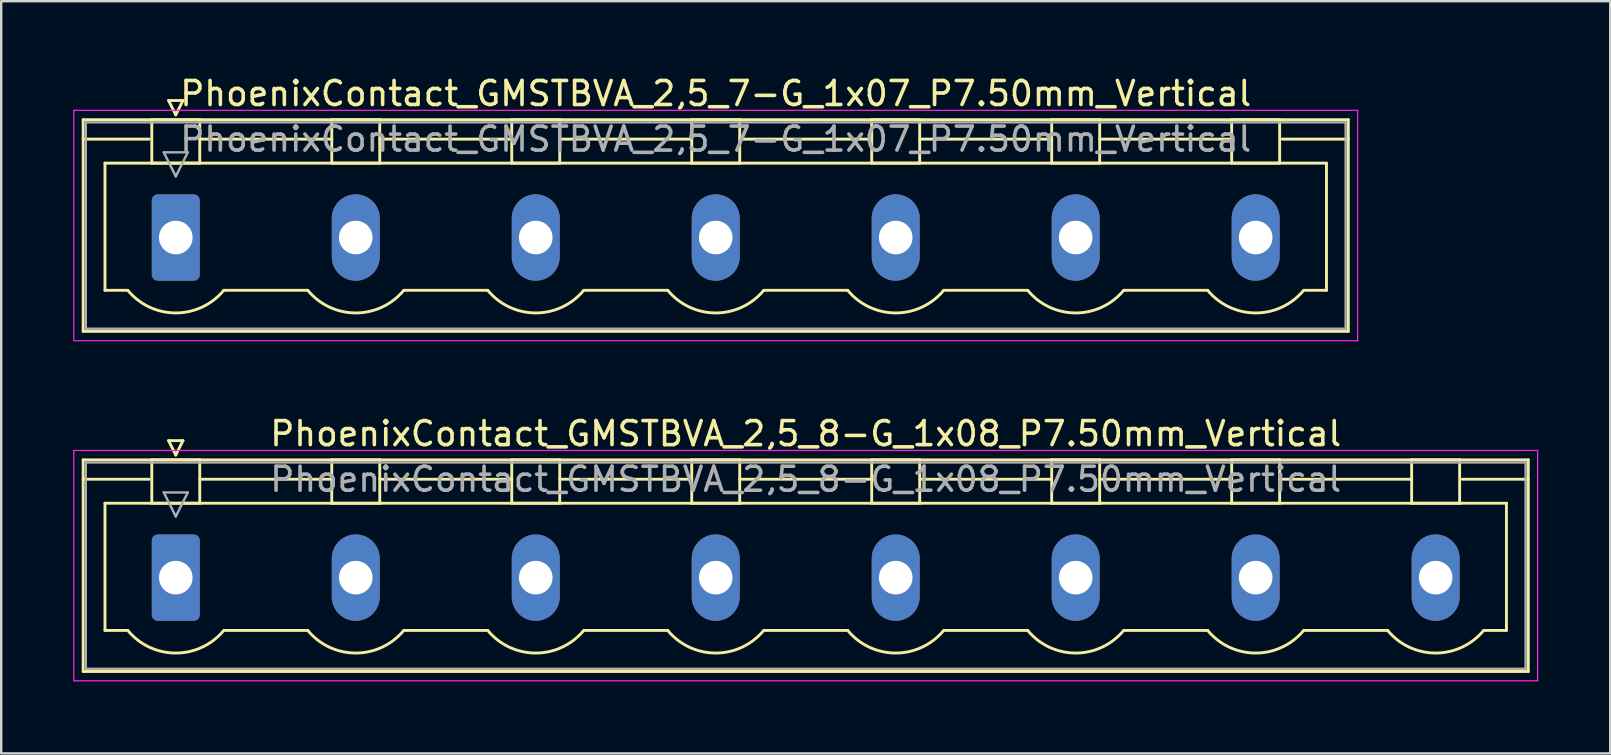
<source format=kicad_pcb>
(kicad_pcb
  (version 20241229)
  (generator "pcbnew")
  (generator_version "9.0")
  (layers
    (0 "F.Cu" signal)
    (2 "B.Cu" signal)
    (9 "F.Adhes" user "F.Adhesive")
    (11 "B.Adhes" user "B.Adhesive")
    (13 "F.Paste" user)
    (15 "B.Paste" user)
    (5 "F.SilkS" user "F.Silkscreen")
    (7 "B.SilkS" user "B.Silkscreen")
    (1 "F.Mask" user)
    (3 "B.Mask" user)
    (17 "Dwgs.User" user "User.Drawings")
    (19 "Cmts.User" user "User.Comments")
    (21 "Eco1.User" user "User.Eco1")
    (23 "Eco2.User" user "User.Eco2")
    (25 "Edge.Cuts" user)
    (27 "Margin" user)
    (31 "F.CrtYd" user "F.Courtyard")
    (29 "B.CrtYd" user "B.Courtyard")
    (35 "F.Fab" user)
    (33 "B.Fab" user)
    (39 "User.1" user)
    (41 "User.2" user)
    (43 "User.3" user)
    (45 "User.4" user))
  (footprint "PhoenixContact_GMSTBVA_2,5_7-G_1x07_P7.50mm_Vertical"
    (layer "F.Cu")
    (at 4.275 6.848)
    (property "Reference" "PhoenixContact_GMSTBVA_2,5_7-G_1x07_P7.50mm_Vertical" (at 22.5 -6 0) (layer "F.SilkS") (effects (font (size 1 1) (thickness 0.15))))
    (attr through_hole)
    (fp_line (start -3.86 -4.91) (end -3.86 3.91) (stroke (width 0.12) (type solid)) (layer "F.SilkS"))
    (fp_line (start -3.86 -4.1) (end -1.11 -4.1) (stroke (width 0.12) (type solid)) (layer "F.SilkS"))
    (fp_line (start -3.86 3.91) (end 48.86 3.91) (stroke (width 0.12) (type solid)) (layer "F.SilkS"))
    (fp_line (start -2.95 -3.1) (end 47.95 -3.1) (stroke (width 0.12) (type solid)) (layer "F.SilkS"))
    (fp_line (start -2.95 2.2) (end -2.95 -3.1) (stroke (width 0.12) (type solid)) (layer "F.SilkS"))
    (fp_line (start -2 2.2) (end -2.95 2.2) (stroke (width 0.12) (type solid)) (layer "F.SilkS"))
    (fp_line (start -1 -4.91) (end 1 -4.91) (stroke (width 0.12) (type solid)) (layer "F.SilkS"))
    (fp_line (start -1 -3.1) (end -1 -4.91) (stroke (width 0.12) (type solid)) (layer "F.SilkS"))
    (fp_line (start -0.3 -5.71) (end 0.3 -5.71) (stroke (width 0.12) (type solid)) (layer "F.SilkS"))
    (fp_line (start 0 -5.11) (end -0.3 -5.71) (stroke (width 0.12) (type solid)) (layer "F.SilkS"))
    (fp_line (start 0.3 -5.71) (end 0 -5.11) (stroke (width 0.12) (type solid)) (layer "F.SilkS"))
    (fp_line (start 1 -4.91) (end 1 -3.1) (stroke (width 0.12) (type solid)) (layer "F.SilkS"))
    (fp_line (start 1 -4.1) (end 6.5 -4.1) (stroke (width 0.12) (type solid)) (layer "F.SilkS"))
    (fp_line (start 1 -3.1) (end -1 -3.1) (stroke (width 0.12) (type solid)) (layer "F.SilkS"))
    (fp_line (start 2 2.2) (end 5.5 2.2) (stroke (width 0.12) (type solid)) (layer "F.SilkS"))
    (fp_line (start 6.5 -4.91) (end 8.5 -4.91) (stroke (width 0.12) (type solid)) (layer "F.SilkS"))
    (fp_line (start 6.5 -3.1) (end 6.5 -4.91) (stroke (width 0.12) (type solid)) (layer "F.SilkS"))
    (fp_line (start 8.5 -4.91) (end 8.5 -3.1) (stroke (width 0.12) (type solid)) (layer "F.SilkS"))
    (fp_line (start 8.5 -4.1) (end 14 -4.1) (stroke (width 0.12) (type solid)) (layer "F.SilkS"))
    (fp_line (start 8.5 -3.1) (end 6.5 -3.1) (stroke (width 0.12) (type solid)) (layer "F.SilkS"))
    (fp_line (start 9.5 2.2) (end 13 2.2) (stroke (width 0.12) (type solid)) (layer "F.SilkS"))
    (fp_line (start 14 -4.91) (end 16 -4.91) (stroke (width 0.12) (type solid)) (layer "F.SilkS"))
    (fp_line (start 14 -3.1) (end 14 -4.91) (stroke (width 0.12) (type solid)) (layer "F.SilkS"))
    (fp_line (start 16 -4.91) (end 16 -3.1) (stroke (width 0.12) (type solid)) (layer "F.SilkS"))
    (fp_line (start 16 -4.1) (end 21.5 -4.1) (stroke (width 0.12) (type solid)) (layer "F.SilkS"))
    (fp_line (start 16 -3.1) (end 14 -3.1) (stroke (width 0.12) (type solid)) (layer "F.SilkS"))
    (fp_line (start 17 2.2) (end 20.5 2.2) (stroke (width 0.12) (type solid)) (layer "F.SilkS"))
    (fp_line (start 21.5 -4.91) (end 23.5 -4.91) (stroke (width 0.12) (type solid)) (layer "F.SilkS"))
    (fp_line (start 21.5 -3.1) (end 21.5 -4.91) (stroke (width 0.12) (type solid)) (layer "F.SilkS"))
    (fp_line (start 23.5 -4.91) (end 23.5 -3.1) (stroke (width 0.12) (type solid)) (layer "F.SilkS"))
    (fp_line (start 23.5 -4.1) (end 29 -4.1) (stroke (width 0.12) (type solid)) (layer "F.SilkS"))
    (fp_line (start 23.5 -3.1) (end 21.5 -3.1) (stroke (width 0.12) (type solid)) (layer "F.SilkS"))
    (fp_line (start 24.5 2.2) (end 28 2.2) (stroke (width 0.12) (type solid)) (layer "F.SilkS"))
    (fp_line (start 29 -4.91) (end 31 -4.91) (stroke (width 0.12) (type solid)) (layer "F.SilkS"))
    (fp_line (start 29 -3.1) (end 29 -4.91) (stroke (width 0.12) (type solid)) (layer "F.SilkS"))
    (fp_line (start 31 -4.91) (end 31 -3.1) (stroke (width 0.12) (type solid)) (layer "F.SilkS"))
    (fp_line (start 31 -4.1) (end 36.5 -4.1) (stroke (width 0.12) (type solid)) (layer "F.SilkS"))
    (fp_line (start 31 -3.1) (end 29 -3.1) (stroke (width 0.12) (type solid)) (layer "F.SilkS"))
    (fp_line (start 32 2.2) (end 35.5 2.2) (stroke (width 0.12) (type solid)) (layer "F.SilkS"))
    (fp_line (start 36.5 -4.91) (end 38.5 -4.91) (stroke (width 0.12) (type solid)) (layer "F.SilkS"))
    (fp_line (start 36.5 -3.1) (end 36.5 -4.91) (stroke (width 0.12) (type solid)) (layer "F.SilkS"))
    (fp_line (start 38.5 -4.91) (end 38.5 -3.1) (stroke (width 0.12) (type solid)) (layer "F.SilkS"))
    (fp_line (start 38.5 -4.1) (end 44 -4.1) (stroke (width 0.12) (type solid)) (layer "F.SilkS"))
    (fp_line (start 38.5 -3.1) (end 36.5 -3.1) (stroke (width 0.12) (type solid)) (layer "F.SilkS"))
    (fp_line (start 39.5 2.2) (end 43 2.2) (stroke (width 0.12) (type solid)) (layer "F.SilkS"))
    (fp_line (start 44 -4.91) (end 46 -4.91) (stroke (width 0.12) (type solid)) (layer "F.SilkS"))
    (fp_line (start 44 -3.1) (end 44 -4.91) (stroke (width 0.12) (type solid)) (layer "F.SilkS"))
    (fp_line (start 46 -4.91) (end 46 -3.1) (stroke (width 0.12) (type solid)) (layer "F.SilkS"))
    (fp_line (start 46 -3.1) (end 44 -3.1) (stroke (width 0.12) (type solid)) (layer "F.SilkS"))
    (fp_line (start 47.95 -3.1) (end 47.95 2.2) (stroke (width 0.12) (type solid)) (layer "F.SilkS"))
    (fp_line (start 47.95 2.2) (end 47 2.2) (stroke (width 0.12) (type solid)) (layer "F.SilkS"))
    (fp_line (start 48.86 -4.91) (end -3.86 -4.91) (stroke (width 0.12) (type solid)) (layer "F.SilkS"))
    (fp_line (start 48.86 -4.1) (end 46.11 -4.1) (stroke (width 0.12) (type solid)) (layer "F.SilkS"))
    (fp_line (start 48.86 3.91) (end 48.86 -4.91) (stroke (width 0.12) (type solid)) (layer "F.SilkS"))
    (fp_arc (start 1.986842 2.215821) (mid -0.010289 3.142758) (end -2 2.2) (stroke (width 0.12) (type solid)) (layer "F.SilkS"))
    (fp_arc (start 9.486842 2.215821) (mid 7.489711 3.142758) (end 5.5 2.2) (stroke (width 0.12) (type solid)) (layer "F.SilkS"))
    (fp_arc (start 16.986842 2.215821) (mid 14.989711 3.142758) (end 13 2.2) (stroke (width 0.12) (type solid)) (layer "F.SilkS"))
    (fp_arc (start 24.486842 2.215821) (mid 22.489711 3.142758) (end 20.5 2.2) (stroke (width 0.12) (type solid)) (layer "F.SilkS"))
    (fp_arc (start 31.986842 2.215821) (mid 29.989711 3.142758) (end 28 2.2) (stroke (width 0.12) (type solid)) (layer "F.SilkS"))
    (fp_arc (start 39.486842 2.215821) (mid 37.489711 3.142758) (end 35.5 2.2) (stroke (width 0.12) (type solid)) (layer "F.SilkS"))
    (fp_arc (start 46.986842 2.215821) (mid 44.989711 3.142758) (end 43 2.2) (stroke (width 0.12) (type solid)) (layer "F.SilkS"))
    (fp_line (start -4.25 -5.3) (end -4.25 4.3) (stroke (width 0.05) (type solid)) (layer "F.CrtYd"))
    (fp_line (start -4.25 4.3) (end 49.25 4.3) (stroke (width 0.05) (type solid)) (layer "F.CrtYd"))
    (fp_line (start 49.25 -5.3) (end -4.25 -5.3) (stroke (width 0.05) (type solid)) (layer "F.CrtYd"))
    (fp_line (start 49.25 4.3) (end 49.25 -5.3) (stroke (width 0.05) (type solid)) (layer "F.CrtYd"))
    (fp_line (start -3.75 -4.8) (end -3.75 3.8) (stroke (width 0.1) (type solid)) (layer "F.Fab"))
    (fp_line (start -3.75 3.8) (end 48.75 3.8) (stroke (width 0.1) (type solid)) (layer "F.Fab"))
    (fp_line (start -0.5 -3.55) (end 0.5 -3.55) (stroke (width 0.1) (type solid)) (layer "F.Fab"))
    (fp_line (start 0 -2.55) (end -0.5 -3.55) (stroke (width 0.1) (type solid)) (layer "F.Fab"))
    (fp_line (start 0.5 -3.55) (end 0 -2.55) (stroke (width 0.1) (type solid)) (layer "F.Fab"))
    (fp_line (start 48.75 -4.8) (end -3.75 -4.8) (stroke (width 0.1) (type solid)) (layer "F.Fab"))
    (fp_line (start 48.75 3.8) (end 48.75 -4.8) (stroke (width 0.1) (type solid)) (layer "F.Fab"))
    (fp_text user "${REFERENCE}" (at 22.5 -4.1 0) (layer "F.Fab") (effects (font (size 1 1) (thickness 0.15))))
    (pad "1" thru_hole roundrect (at 0 0) (size 2 3.6) (drill 1.4) (layers "*.Cu" "*.Mask") (roundrect_rratio 0.125))
    (pad "2" thru_hole oval (at 7.5 0) (size 2 3.6) (drill 1.4) (layers "*.Cu" "*.Mask"))
    (pad "3" thru_hole oval (at 15 0) (size 2 3.6) (drill 1.4) (layers "*.Cu" "*.Mask"))
    (pad "4" thru_hole oval (at 22.5 0) (size 2 3.6) (drill 1.4) (layers "*.Cu" "*.Mask"))
    (pad "5" thru_hole oval (at 30 0) (size 2 3.6) (drill 1.4) (layers "*.Cu" "*.Mask"))
    (pad "6" thru_hole oval (at 37.5 0) (size 2 3.6) (drill 1.4) (layers "*.Cu" "*.Mask"))
    (pad "7" thru_hole oval (at 45 0) (size 2 3.6) (drill 1.4) (layers "*.Cu" "*.Mask")))
  (footprint "PhoenixContact_GMSTBVA_2,5_8-G_1x08_P7.50mm_Vertical"
    (layer "F.Cu")
    (at 4.275 21.021)
    (property "Reference" "PhoenixContact_GMSTBVA_2,5_8-G_1x08_P7.50mm_Vertical" (at 26.25 -6 0) (layer "F.SilkS") (effects (font (size 1 1) (thickness 0.15))))
    (attr through_hole)
    (fp_line (start -3.86 -4.91) (end -3.86 3.91) (stroke (width 0.12) (type solid)) (layer "F.SilkS"))
    (fp_line (start -3.86 -4.1) (end -1.11 -4.1) (stroke (width 0.12) (type solid)) (layer "F.SilkS"))
    (fp_line (start -3.86 3.91) (end 56.36 3.91) (stroke (width 0.12) (type solid)) (layer "F.SilkS"))
    (fp_line (start -2.95 -3.1) (end 55.45 -3.1) (stroke (width 0.12) (type solid)) (layer "F.SilkS"))
    (fp_line (start -2.95 2.2) (end -2.95 -3.1) (stroke (width 0.12) (type solid)) (layer "F.SilkS"))
    (fp_line (start -2 2.2) (end -2.95 2.2) (stroke (width 0.12) (type solid)) (layer "F.SilkS"))
    (fp_line (start -1 -4.91) (end 1 -4.91) (stroke (width 0.12) (type solid)) (layer "F.SilkS"))
    (fp_line (start -1 -3.1) (end -1 -4.91) (stroke (width 0.12) (type solid)) (layer "F.SilkS"))
    (fp_line (start -0.3 -5.71) (end 0.3 -5.71) (stroke (width 0.12) (type solid)) (layer "F.SilkS"))
    (fp_line (start 0 -5.11) (end -0.3 -5.71) (stroke (width 0.12) (type solid)) (layer "F.SilkS"))
    (fp_line (start 0.3 -5.71) (end 0 -5.11) (stroke (width 0.12) (type solid)) (layer "F.SilkS"))
    (fp_line (start 1 -4.91) (end 1 -3.1) (stroke (width 0.12) (type solid)) (layer "F.SilkS"))
    (fp_line (start 1 -4.1) (end 6.5 -4.1) (stroke (width 0.12) (type solid)) (layer "F.SilkS"))
    (fp_line (start 1 -3.1) (end -1 -3.1) (stroke (width 0.12) (type solid)) (layer "F.SilkS"))
    (fp_line (start 2 2.2) (end 5.5 2.2) (stroke (width 0.12) (type solid)) (layer "F.SilkS"))
    (fp_line (start 6.5 -4.91) (end 8.5 -4.91) (stroke (width 0.12) (type solid)) (layer "F.SilkS"))
    (fp_line (start 6.5 -3.1) (end 6.5 -4.91) (stroke (width 0.12) (type solid)) (layer "F.SilkS"))
    (fp_line (start 8.5 -4.91) (end 8.5 -3.1) (stroke (width 0.12) (type solid)) (layer "F.SilkS"))
    (fp_line (start 8.5 -4.1) (end 14 -4.1) (stroke (width 0.12) (type solid)) (layer "F.SilkS"))
    (fp_line (start 8.5 -3.1) (end 6.5 -3.1) (stroke (width 0.12) (type solid)) (layer "F.SilkS"))
    (fp_line (start 9.5 2.2) (end 13 2.2) (stroke (width 0.12) (type solid)) (layer "F.SilkS"))
    (fp_line (start 14 -4.91) (end 16 -4.91) (stroke (width 0.12) (type solid)) (layer "F.SilkS"))
    (fp_line (start 14 -3.1) (end 14 -4.91) (stroke (width 0.12) (type solid)) (layer "F.SilkS"))
    (fp_line (start 16 -4.91) (end 16 -3.1) (stroke (width 0.12) (type solid)) (layer "F.SilkS"))
    (fp_line (start 16 -4.1) (end 21.5 -4.1) (stroke (width 0.12) (type solid)) (layer "F.SilkS"))
    (fp_line (start 16 -3.1) (end 14 -3.1) (stroke (width 0.12) (type solid)) (layer "F.SilkS"))
    (fp_line (start 17 2.2) (end 20.5 2.2) (stroke (width 0.12) (type solid)) (layer "F.SilkS"))
    (fp_line (start 21.5 -4.91) (end 23.5 -4.91) (stroke (width 0.12) (type solid)) (layer "F.SilkS"))
    (fp_line (start 21.5 -3.1) (end 21.5 -4.91) (stroke (width 0.12) (type solid)) (layer "F.SilkS"))
    (fp_line (start 23.5 -4.91) (end 23.5 -3.1) (stroke (width 0.12) (type solid)) (layer "F.SilkS"))
    (fp_line (start 23.5 -4.1) (end 29 -4.1) (stroke (width 0.12) (type solid)) (layer "F.SilkS"))
    (fp_line (start 23.5 -3.1) (end 21.5 -3.1) (stroke (width 0.12) (type solid)) (layer "F.SilkS"))
    (fp_line (start 24.5 2.2) (end 28 2.2) (stroke (width 0.12) (type solid)) (layer "F.SilkS"))
    (fp_line (start 29 -4.91) (end 31 -4.91) (stroke (width 0.12) (type solid)) (layer "F.SilkS"))
    (fp_line (start 29 -3.1) (end 29 -4.91) (stroke (width 0.12) (type solid)) (layer "F.SilkS"))
    (fp_line (start 31 -4.91) (end 31 -3.1) (stroke (width 0.12) (type solid)) (layer "F.SilkS"))
    (fp_line (start 31 -4.1) (end 36.5 -4.1) (stroke (width 0.12) (type solid)) (layer "F.SilkS"))
    (fp_line (start 31 -3.1) (end 29 -3.1) (stroke (width 0.12) (type solid)) (layer "F.SilkS"))
    (fp_line (start 32 2.2) (end 35.5 2.2) (stroke (width 0.12) (type solid)) (layer "F.SilkS"))
    (fp_line (start 36.5 -4.91) (end 38.5 -4.91) (stroke (width 0.12) (type solid)) (layer "F.SilkS"))
    (fp_line (start 36.5 -3.1) (end 36.5 -4.91) (stroke (width 0.12) (type solid)) (layer "F.SilkS"))
    (fp_line (start 38.5 -4.91) (end 38.5 -3.1) (stroke (width 0.12) (type solid)) (layer "F.SilkS"))
    (fp_line (start 38.5 -4.1) (end 44 -4.1) (stroke (width 0.12) (type solid)) (layer "F.SilkS"))
    (fp_line (start 38.5 -3.1) (end 36.5 -3.1) (stroke (width 0.12) (type solid)) (layer "F.SilkS"))
    (fp_line (start 39.5 2.2) (end 43 2.2) (stroke (width 0.12) (type solid)) (layer "F.SilkS"))
    (fp_line (start 44 -4.91) (end 46 -4.91) (stroke (width 0.12) (type solid)) (layer "F.SilkS"))
    (fp_line (start 44 -3.1) (end 44 -4.91) (stroke (width 0.12) (type solid)) (layer "F.SilkS"))
    (fp_line (start 46 -4.91) (end 46 -3.1) (stroke (width 0.12) (type solid)) (layer "F.SilkS"))
    (fp_line (start 46 -4.1) (end 51.5 -4.1) (stroke (width 0.12) (type solid)) (layer "F.SilkS"))
    (fp_line (start 46 -3.1) (end 44 -3.1) (stroke (width 0.12) (type solid)) (layer "F.SilkS"))
    (fp_line (start 47 2.2) (end 50.5 2.2) (stroke (width 0.12) (type solid)) (layer "F.SilkS"))
    (fp_line (start 51.5 -4.91) (end 53.5 -4.91) (stroke (width 0.12) (type solid)) (layer "F.SilkS"))
    (fp_line (start 51.5 -3.1) (end 51.5 -4.91) (stroke (width 0.12) (type solid)) (layer "F.SilkS"))
    (fp_line (start 53.5 -4.91) (end 53.5 -3.1) (stroke (width 0.12) (type solid)) (layer "F.SilkS"))
    (fp_line (start 53.5 -3.1) (end 51.5 -3.1) (stroke (width 0.12) (type solid)) (layer "F.SilkS"))
    (fp_line (start 55.45 -3.1) (end 55.45 2.2) (stroke (width 0.12) (type solid)) (layer "F.SilkS"))
    (fp_line (start 55.45 2.2) (end 54.5 2.2) (stroke (width 0.12) (type solid)) (layer "F.SilkS"))
    (fp_line (start 56.36 -4.91) (end -3.86 -4.91) (stroke (width 0.12) (type solid)) (layer "F.SilkS"))
    (fp_line (start 56.36 -4.1) (end 53.61 -4.1) (stroke (width 0.12) (type solid)) (layer "F.SilkS"))
    (fp_line (start 56.36 3.91) (end 56.36 -4.91) (stroke (width 0.12) (type solid)) (layer "F.SilkS"))
    (fp_arc (start 1.986842 2.215821) (mid -0.010289 3.142758) (end -2 2.2) (stroke (width 0.12) (type solid)) (layer "F.SilkS"))
    (fp_arc (start 9.486842 2.215821) (mid 7.489711 3.142758) (end 5.5 2.2) (stroke (width 0.12) (type solid)) (layer "F.SilkS"))
    (fp_arc (start 16.986842 2.215821) (mid 14.989711 3.142758) (end 13 2.2) (stroke (width 0.12) (type solid)) (layer "F.SilkS"))
    (fp_arc (start 24.486842 2.215821) (mid 22.489711 3.142758) (end 20.5 2.2) (stroke (width 0.12) (type solid)) (layer "F.SilkS"))
    (fp_arc (start 31.986842 2.215821) (mid 29.989711 3.142758) (end 28 2.2) (stroke (width 0.12) (type solid)) (layer "F.SilkS"))
    (fp_arc (start 39.486842 2.215821) (mid 37.489711 3.142758) (end 35.5 2.2) (stroke (width 0.12) (type solid)) (layer "F.SilkS"))
    (fp_arc (start 46.986842 2.215821) (mid 44.989711 3.142758) (end 43 2.2) (stroke (width 0.12) (type solid)) (layer "F.SilkS"))
    (fp_arc (start 54.486842 2.215821) (mid 52.489711 3.142758) (end 50.5 2.2) (stroke (width 0.12) (type solid)) (layer "F.SilkS"))
    (fp_line (start -4.25 -5.3) (end -4.25 4.3) (stroke (width 0.05) (type solid)) (layer "F.CrtYd"))
    (fp_line (start -4.25 4.3) (end 56.75 4.3) (stroke (width 0.05) (type solid)) (layer "F.CrtYd"))
    (fp_line (start 56.75 -5.3) (end -4.25 -5.3) (stroke (width 0.05) (type solid)) (layer "F.CrtYd"))
    (fp_line (start 56.75 4.3) (end 56.75 -5.3) (stroke (width 0.05) (type solid)) (layer "F.CrtYd"))
    (fp_line (start -3.75 -4.8) (end -3.75 3.8) (stroke (width 0.1) (type solid)) (layer "F.Fab"))
    (fp_line (start -3.75 3.8) (end 56.25 3.8) (stroke (width 0.1) (type solid)) (layer "F.Fab"))
    (fp_line (start -0.5 -3.55) (end 0.5 -3.55) (stroke (width 0.1) (type solid)) (layer "F.Fab"))
    (fp_line (start 0 -2.55) (end -0.5 -3.55) (stroke (width 0.1) (type solid)) (layer "F.Fab"))
    (fp_line (start 0.5 -3.55) (end 0 -2.55) (stroke (width 0.1) (type solid)) (layer "F.Fab"))
    (fp_line (start 56.25 -4.8) (end -3.75 -4.8) (stroke (width 0.1) (type solid)) (layer "F.Fab"))
    (fp_line (start 56.25 3.8) (end 56.25 -4.8) (stroke (width 0.1) (type solid)) (layer "F.Fab"))
    (fp_text user "${REFERENCE}" (at 26.25 -4.1 0) (layer "F.Fab") (effects (font (size 1 1) (thickness 0.15))))
    (pad "1" thru_hole roundrect (at 0 0) (size 2 3.6) (drill 1.4) (layers "*.Cu" "*.Mask") (roundrect_rratio 0.125))
    (pad "2" thru_hole oval (at 7.5 0) (size 2 3.6) (drill 1.4) (layers "*.Cu" "*.Mask"))
    (pad "3" thru_hole oval (at 15 0) (size 2 3.6) (drill 1.4) (layers "*.Cu" "*.Mask"))
    (pad "4" thru_hole oval (at 22.5 0) (size 2 3.6) (drill 1.4) (layers "*.Cu" "*.Mask"))
    (pad "5" thru_hole oval (at 30 0) (size 2 3.6) (drill 1.4) (layers "*.Cu" "*.Mask"))
    (pad "6" thru_hole oval (at 37.5 0) (size 2 3.6) (drill 1.4) (layers "*.Cu" "*.Mask"))
    (pad "7" thru_hole oval (at 45 0) (size 2 3.6) (drill 1.4) (layers "*.Cu" "*.Mask"))
    (pad "8" thru_hole oval (at 52.5 0) (size 2 3.6) (drill 1.4) (layers "*.Cu" "*.Mask")))
  (gr_rect
    (start -3 -3)
    (end 64.05 28.346)
    (stroke (width 0.1) (type default))
    (fill no)
    (layer "Edge.Cuts")))
</source>
